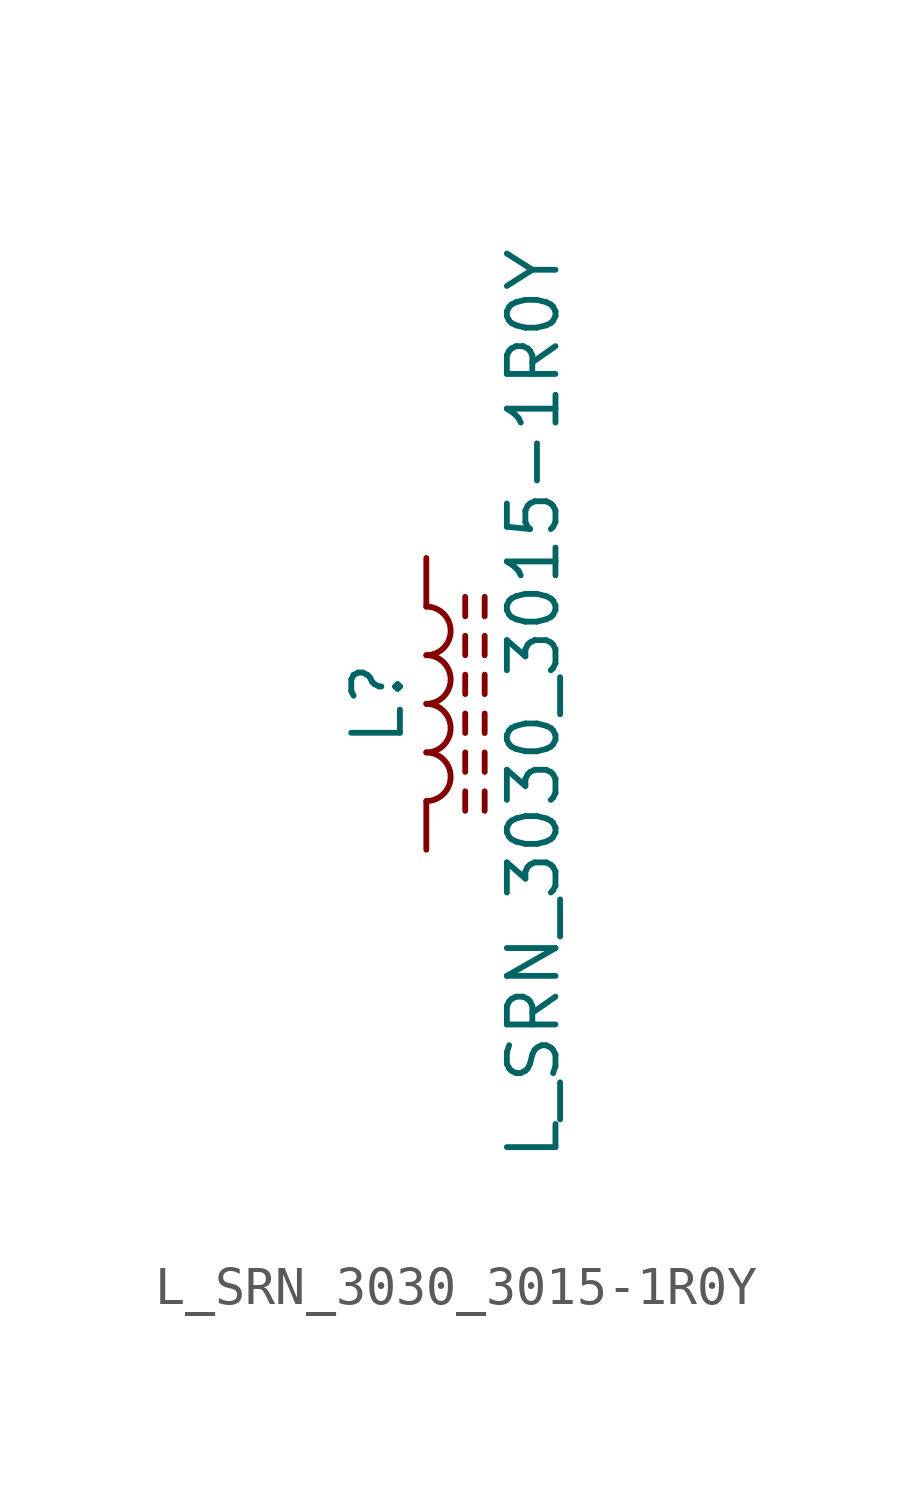
<source format=kicad_sym>
(kicad_symbol_lib
  (version 20211014)
  (generator kicad_symbol_editor)
  (symbol "L_SRN_3030_3015-1R0Y"
    (pin_numbers hide)
    (pin_names
      (offset 1.016) hide)
    (property "Reference" "L"
      (at -1.27 0 90)
      (effects (font (size 1.27 1.27))))
    (property "Value" "L_SRN_3030_3015-1R0Y"
      (at 2.794 0 90)
      (effects (font (size 1.27 1.27))))
    (symbol "L_SRN_3030_3015-1R0Y_0_1"
      (arc (start 0 -2.54) (mid 0.635 -1.905) (end 0 -1.27) (stroke (width 0) (type default) (color 0 0 0 0)) (fill (type none)))
      (arc (start 0 -1.27) (mid 0.635 -0.635) (end 0 0) (stroke (width 0) (type default) (color 0 0 0 0)) (fill (type none)))
      (polyline (pts (xy 1.016 -2.794) (xy 1.016 -2.286)) (stroke (width 0) (type default) (color 0 0 0 0)) (fill (type none)))
      (polyline (pts (xy 1.016 -1.778) (xy 1.016 -1.27)) (stroke (width 0) (type default) (color 0 0 0 0)) (fill (type none)))
      (polyline (pts (xy 1.016 -0.762) (xy 1.016 -0.254)) (stroke (width 0) (type default) (color 0 0 0 0)) (fill (type none)))
      (polyline (pts (xy 1.016 0.254) (xy 1.016 0.762)) (stroke (width 0) (type default) (color 0 0 0 0)) (fill (type none)))
      (polyline (pts (xy 1.016 1.27) (xy 1.016 1.778)) (stroke (width 0) (type default) (color 0 0 0 0)) (fill (type none)))
      (polyline (pts (xy 1.016 2.286) (xy 1.016 2.794)) (stroke (width 0) (type default) (color 0 0 0 0)) (fill (type none)))
      (polyline (pts (xy 1.524 -2.286) (xy 1.524 -2.794)) (stroke (width 0) (type default) (color 0 0 0 0)) (fill (type none)))
      (polyline (pts (xy 1.524 -1.27) (xy 1.524 -1.778)) (stroke (width 0) (type default) (color 0 0 0 0)) (fill (type none)))
      (polyline (pts (xy 1.524 -0.254) (xy 1.524 -0.762)) (stroke (width 0) (type default) (color 0 0 0 0)) (fill (type none)))
      (polyline (pts (xy 1.524 0.762) (xy 1.524 0.254)) (stroke (width 0) (type default) (color 0 0 0 0)) (fill (type none)))
      (polyline (pts (xy 1.524 1.778) (xy 1.524 1.27)) (stroke (width 0) (type default) (color 0 0 0 0)) (fill (type none)))
      (polyline (pts (xy 1.524 2.794) (xy 1.524 2.286)) (stroke (width 0) (type default) (color 0 0 0 0)) (fill (type none)))
      (arc (start 0 0) (mid 0.635 0.635) (end 0 1.27) (stroke (width 0) (type default) (color 0 0 0 0)) (fill (type none)))
      (arc (start 0 1.27) (mid 0.635 1.905) (end 0 2.54) (stroke (width 0) (type default) (color 0 0 0 0)) (fill (type none))))
    (symbol "L_SRN_3030_3015-1R0Y_1_1"
      (pin passive line (at 0 3.81 270) (length 1.27) (name "1" (effects (font (size 1.27 1.27)))) (number "1" (effects (font (size 1.27 1.27)))))
      (pin passive line (at 0 -3.81 90) (length 1.27) (name "2" (effects (font (size 1.27 1.27)))) (number "2" (effects (font (size 1.27 1.27))))))))
</source>
